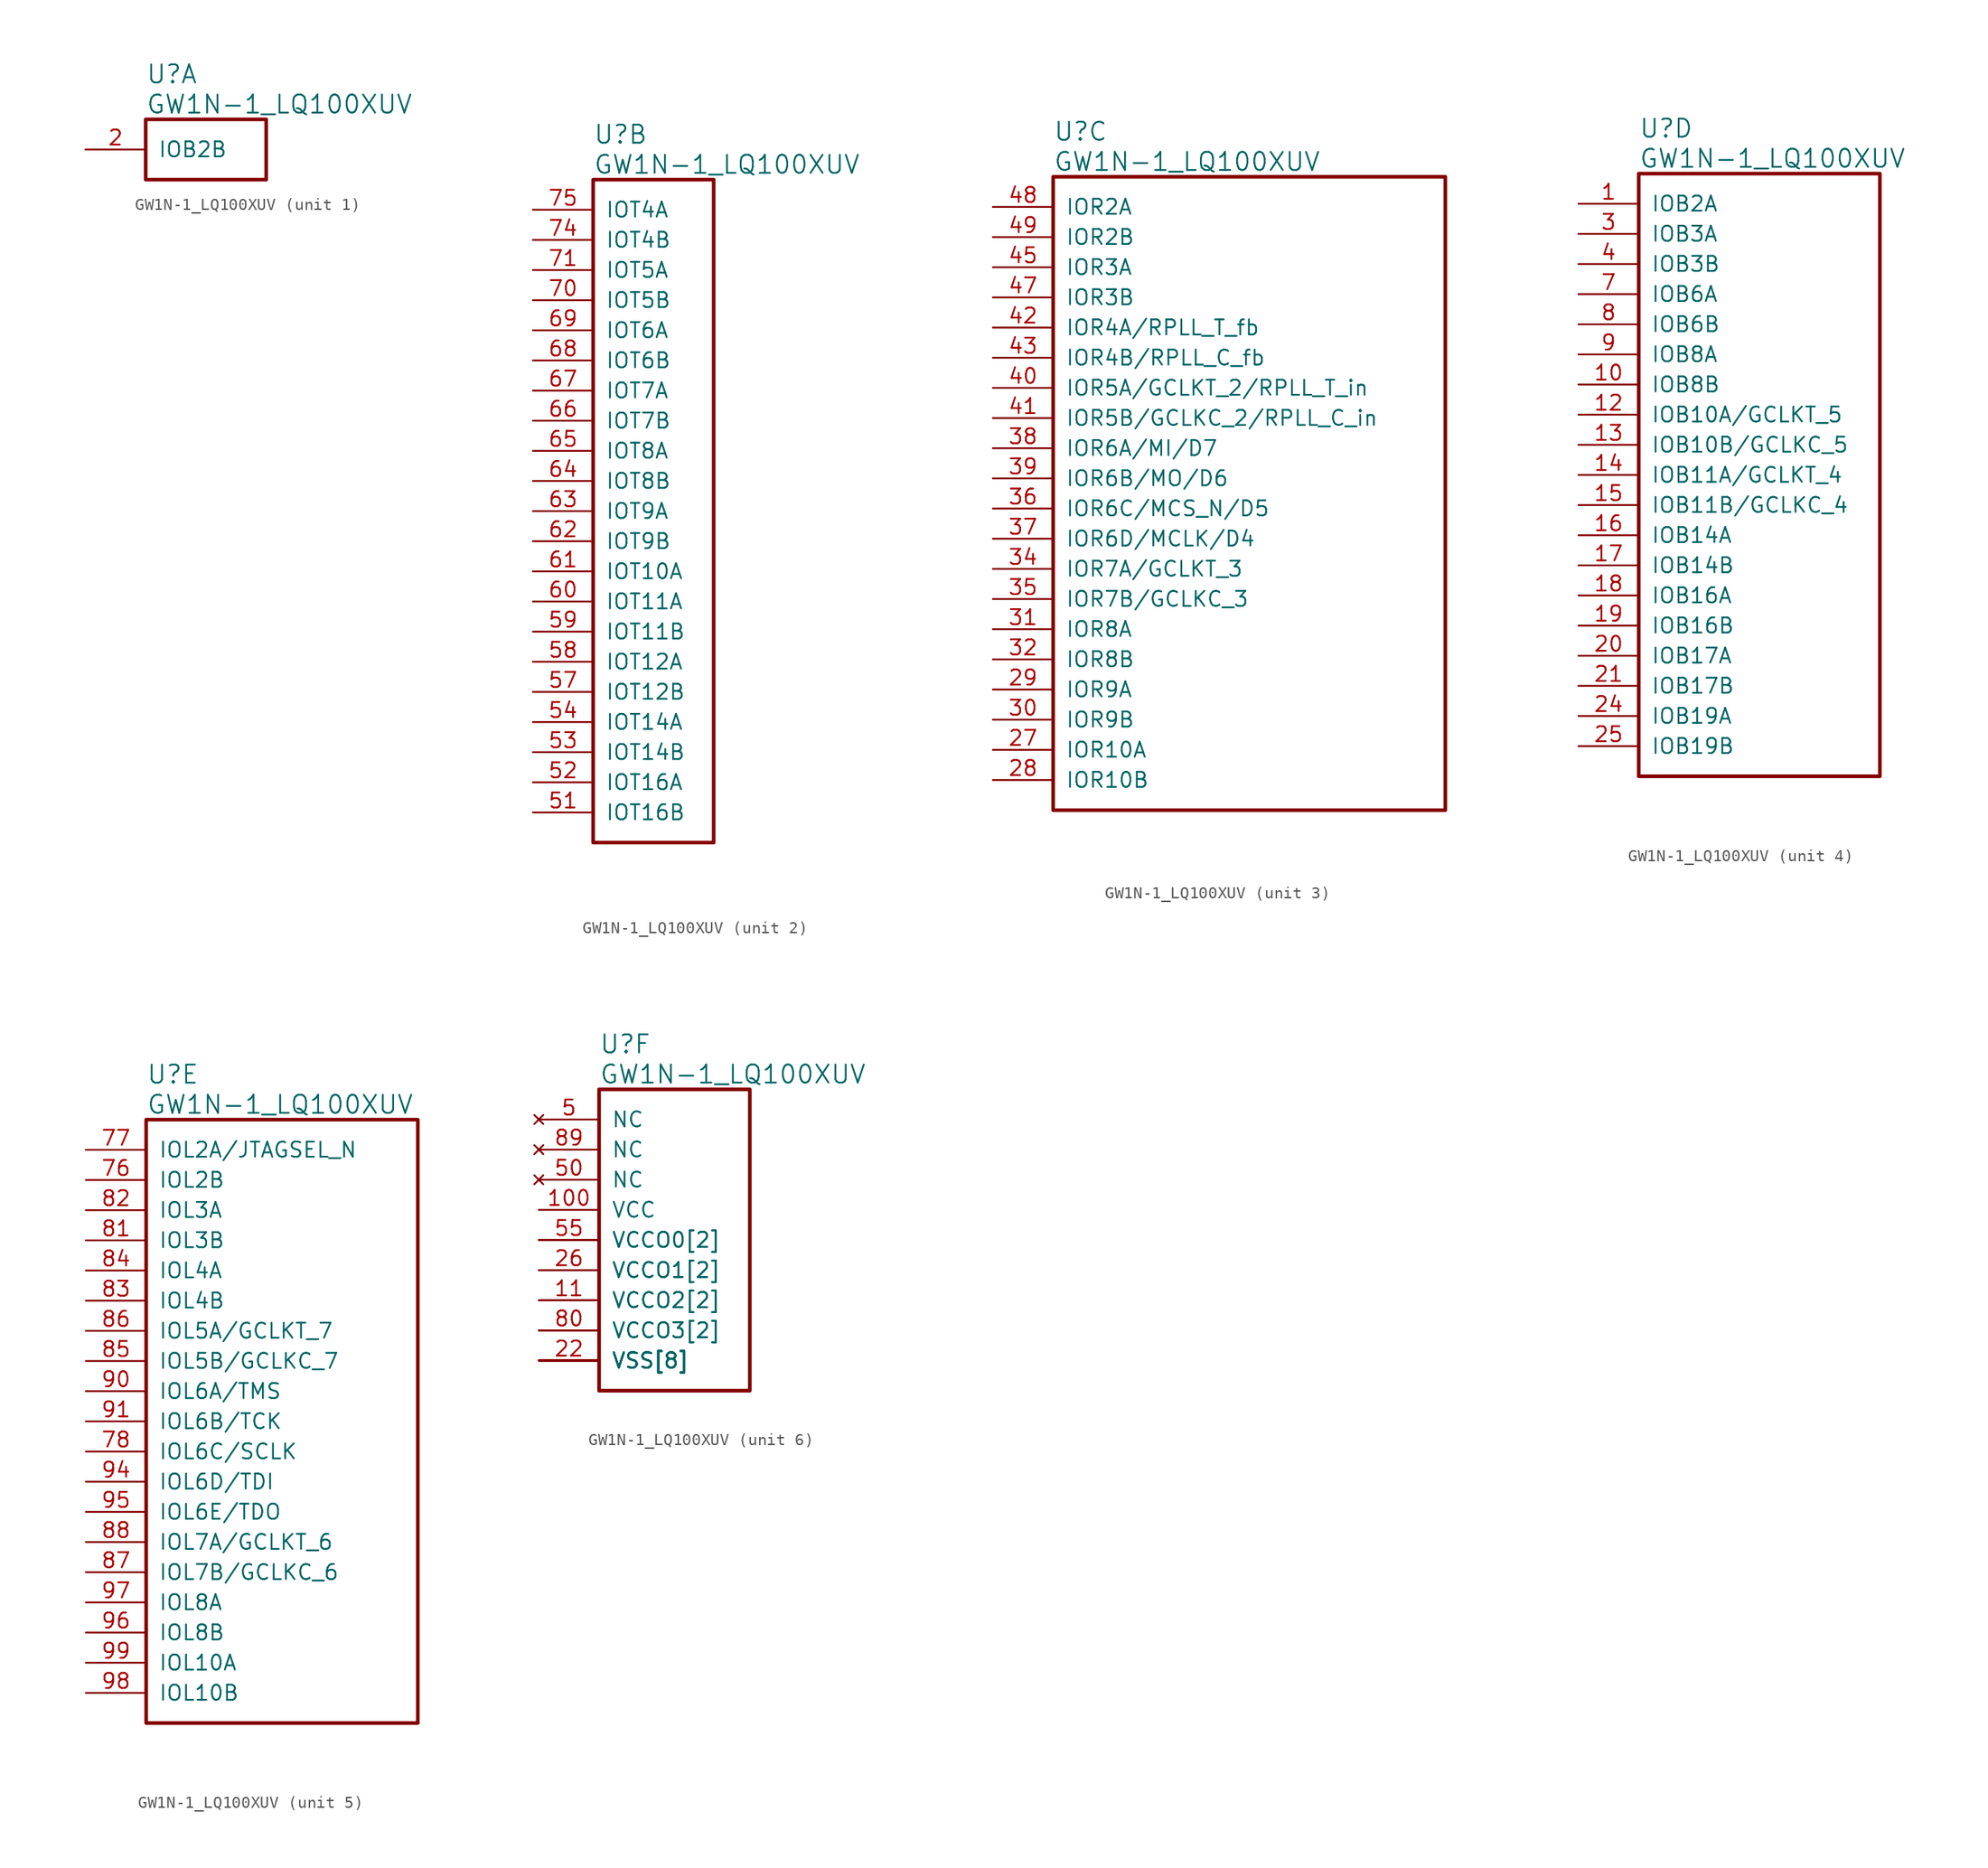
<source format=kicad_sym>
(kicad_symbol_lib
  (version 20241209)
  (generator "kicad_symbol_editor")
  (generator_version "9.0")
  (symbol "GW1N-1_LQ100XUV"
    (pin_names
      (offset 1.016))
    (property "Reference" "U"
      (at 5.08 6.35 0)
      (effects (font (size 1.524 1.524)) (justify left)))
    (property "Value" "GW1N-1_LQ100XUV"
      (at 5.08 3.81 0)
      (effects (font (size 1.524 1.524)) (justify left)))
    (property "ki_locked" ""
      (at 0 0 0)
      (effects (font (size 1.27 1.27))))
    (symbol "GW1N-1_LQ100XUV_1_1"
      (rectangle (start 5.08 2.54) (end 15.24 -2.54) (stroke (width 0.305) (type solid)) (fill (type none)))
      (pin bidirectional line (at 0 0 0) (length 5.08) (name "IOB2B" (effects (font (size 1.27 1.27)))) (number "2" (effects (font (size 1.27 1.27))))))
    (symbol "GW1N-1_LQ100XUV_2_1"
      (rectangle (start 5.08 2.54) (end 15.24 -53.34) (stroke (width 0.305) (type solid)) (fill (type none)))
      (pin bidirectional line (at 0 0 0) (length 5.08) (name "IOT4A" (effects (font (size 1.27 1.27)))) (number "75" (effects (font (size 1.27 1.27)))))
      (pin bidirectional line (at 0 -2.54 0) (length 5.08) (name "IOT4B" (effects (font (size 1.27 1.27)))) (number "74" (effects (font (size 1.27 1.27)))))
      (pin bidirectional line (at 0 -5.08 0) (length 5.08) (name "IOT5A" (effects (font (size 1.27 1.27)))) (number "71" (effects (font (size 1.27 1.27)))))
      (pin bidirectional line (at 0 -7.62 0) (length 5.08) (name "IOT5B" (effects (font (size 1.27 1.27)))) (number "70" (effects (font (size 1.27 1.27)))))
      (pin bidirectional line (at 0 -10.16 0) (length 5.08) (name "IOT6A" (effects (font (size 1.27 1.27)))) (number "69" (effects (font (size 1.27 1.27)))))
      (pin bidirectional line (at 0 -12.7 0) (length 5.08) (name "IOT6B" (effects (font (size 1.27 1.27)))) (number "68" (effects (font (size 1.27 1.27)))))
      (pin bidirectional line (at 0 -15.24 0) (length 5.08) (name "IOT7A" (effects (font (size 1.27 1.27)))) (number "67" (effects (font (size 1.27 1.27)))))
      (pin bidirectional line (at 0 -17.78 0) (length 5.08) (name "IOT7B" (effects (font (size 1.27 1.27)))) (number "66" (effects (font (size 1.27 1.27)))))
      (pin bidirectional line (at 0 -20.32 0) (length 5.08) (name "IOT8A" (effects (font (size 1.27 1.27)))) (number "65" (effects (font (size 1.27 1.27)))))
      (pin bidirectional line (at 0 -22.86 0) (length 5.08) (name "IOT8B" (effects (font (size 1.27 1.27)))) (number "64" (effects (font (size 1.27 1.27)))))
      (pin bidirectional line (at 0 -25.4 0) (length 5.08) (name "IOT9A" (effects (font (size 1.27 1.27)))) (number "63" (effects (font (size 1.27 1.27)))))
      (pin bidirectional line (at 0 -27.94 0) (length 5.08) (name "IOT9B" (effects (font (size 1.27 1.27)))) (number "62" (effects (font (size 1.27 1.27)))))
      (pin bidirectional line (at 0 -30.48 0) (length 5.08) (name "IOT10A" (effects (font (size 1.27 1.27)))) (number "61" (effects (font (size 1.27 1.27)))))
      (pin bidirectional line (at 0 -33.02 0) (length 5.08) (name "IOT11A" (effects (font (size 1.27 1.27)))) (number "60" (effects (font (size 1.27 1.27)))))
      (pin bidirectional line (at 0 -35.56 0) (length 5.08) (name "IOT11B" (effects (font (size 1.27 1.27)))) (number "59" (effects (font (size 1.27 1.27)))))
      (pin bidirectional line (at 0 -38.1 0) (length 5.08) (name "IOT12A" (effects (font (size 1.27 1.27)))) (number "58" (effects (font (size 1.27 1.27)))))
      (pin bidirectional line (at 0 -40.64 0) (length 5.08) (name "IOT12B" (effects (font (size 1.27 1.27)))) (number "57" (effects (font (size 1.27 1.27)))))
      (pin bidirectional line (at 0 -43.18 0) (length 5.08) (name "IOT14A" (effects (font (size 1.27 1.27)))) (number "54" (effects (font (size 1.27 1.27)))))
      (pin bidirectional line (at 0 -45.72 0) (length 5.08) (name "IOT14B" (effects (font (size 1.27 1.27)))) (number "53" (effects (font (size 1.27 1.27)))))
      (pin bidirectional line (at 0 -48.26 0) (length 5.08) (name "IOT16A" (effects (font (size 1.27 1.27)))) (number "52" (effects (font (size 1.27 1.27)))))
      (pin bidirectional line (at 0 -50.8 0) (length 5.08) (name "IOT16B" (effects (font (size 1.27 1.27)))) (number "51" (effects (font (size 1.27 1.27))))))
    (symbol "GW1N-1_LQ100XUV_3_1"
      (rectangle (start 5.08 2.54) (end 38.1 -50.8) (stroke (width 0.305) (type solid)) (fill (type none)))
      (pin bidirectional line (at 0 0 0) (length 5.08) (name "IOR2A" (effects (font (size 1.27 1.27)))) (number "48" (effects (font (size 1.27 1.27)))))
      (pin bidirectional line (at 0 -2.54 0) (length 5.08) (name "IOR2B" (effects (font (size 1.27 1.27)))) (number "49" (effects (font (size 1.27 1.27)))))
      (pin bidirectional line (at 0 -5.08 0) (length 5.08) (name "IOR3A" (effects (font (size 1.27 1.27)))) (number "45" (effects (font (size 1.27 1.27)))))
      (pin bidirectional line (at 0 -7.62 0) (length 5.08) (name "IOR3B" (effects (font (size 1.27 1.27)))) (number "47" (effects (font (size 1.27 1.27)))))
      (pin bidirectional line (at 0 -10.16 0) (length 5.08) (name "IOR4A/RPLL_T_fb" (effects (font (size 1.27 1.27)))) (number "42" (effects (font (size 1.27 1.27)))))
      (pin bidirectional line (at 0 -12.7 0) (length 5.08) (name "IOR4B/RPLL_C_fb" (effects (font (size 1.27 1.27)))) (number "43" (effects (font (size 1.27 1.27)))))
      (pin bidirectional line (at 0 -15.24 0) (length 5.08) (name "IOR5A/GCLKT_2/RPLL_T_in" (effects (font (size 1.27 1.27)))) (number "40" (effects (font (size 1.27 1.27)))))
      (pin bidirectional line (at 0 -17.78 0) (length 5.08) (name "IOR5B/GCLKC_2/RPLL_C_in" (effects (font (size 1.27 1.27)))) (number "41" (effects (font (size 1.27 1.27)))))
      (pin bidirectional line (at 0 -20.32 0) (length 5.08) (name "IOR6A/MI/D7" (effects (font (size 1.27 1.27)))) (number "38" (effects (font (size 1.27 1.27)))))
      (pin bidirectional line (at 0 -22.86 0) (length 5.08) (name "IOR6B/MO/D6" (effects (font (size 1.27 1.27)))) (number "39" (effects (font (size 1.27 1.27)))))
      (pin bidirectional line (at 0 -25.4 0) (length 5.08) (name "IOR6C/MCS_N/D5" (effects (font (size 1.27 1.27)))) (number "36" (effects (font (size 1.27 1.27)))))
      (pin bidirectional line (at 0 -27.94 0) (length 5.08) (name "IOR6D/MCLK/D4" (effects (font (size 1.27 1.27)))) (number "37" (effects (font (size 1.27 1.27)))))
      (pin bidirectional line (at 0 -30.48 0) (length 5.08) (name "IOR7A/GCLKT_3" (effects (font (size 1.27 1.27)))) (number "34" (effects (font (size 1.27 1.27)))))
      (pin bidirectional line (at 0 -33.02 0) (length 5.08) (name "IOR7B/GCLKC_3" (effects (font (size 1.27 1.27)))) (number "35" (effects (font (size 1.27 1.27)))))
      (pin bidirectional line (at 0 -35.56 0) (length 5.08) (name "IOR8A" (effects (font (size 1.27 1.27)))) (number "31" (effects (font (size 1.27 1.27)))))
      (pin bidirectional line (at 0 -38.1 0) (length 5.08) (name "IOR8B" (effects (font (size 1.27 1.27)))) (number "32" (effects (font (size 1.27 1.27)))))
      (pin bidirectional line (at 0 -40.64 0) (length 5.08) (name "IOR9A" (effects (font (size 1.27 1.27)))) (number "29" (effects (font (size 1.27 1.27)))))
      (pin bidirectional line (at 0 -43.18 0) (length 5.08) (name "IOR9B" (effects (font (size 1.27 1.27)))) (number "30" (effects (font (size 1.27 1.27)))))
      (pin bidirectional line (at 0 -45.72 0) (length 5.08) (name "IOR10A" (effects (font (size 1.27 1.27)))) (number "27" (effects (font (size 1.27 1.27)))))
      (pin bidirectional line (at 0 -48.26 0) (length 5.08) (name "IOR10B" (effects (font (size 1.27 1.27)))) (number "28" (effects (font (size 1.27 1.27))))))
    (symbol "GW1N-1_LQ100XUV_4_1"
      (rectangle (start 5.08 2.54) (end 25.4 -48.26) (stroke (width 0.305) (type solid)) (fill (type none)))
      (pin bidirectional line (at 0 0 0) (length 5.08) (name "IOB2A" (effects (font (size 1.27 1.27)))) (number "1" (effects (font (size 1.27 1.27)))))
      (pin bidirectional line (at 0 -2.54 0) (length 5.08) (name "IOB3A" (effects (font (size 1.27 1.27)))) (number "3" (effects (font (size 1.27 1.27)))))
      (pin bidirectional line (at 0 -5.08 0) (length 5.08) (name "IOB3B" (effects (font (size 1.27 1.27)))) (number "4" (effects (font (size 1.27 1.27)))))
      (pin bidirectional line (at 0 -7.62 0) (length 5.08) (name "IOB6A" (effects (font (size 1.27 1.27)))) (number "7" (effects (font (size 1.27 1.27)))))
      (pin bidirectional line (at 0 -10.16 0) (length 5.08) (name "IOB6B" (effects (font (size 1.27 1.27)))) (number "8" (effects (font (size 1.27 1.27)))))
      (pin bidirectional line (at 0 -12.7 0) (length 5.08) (name "IOB8A" (effects (font (size 1.27 1.27)))) (number "9" (effects (font (size 1.27 1.27)))))
      (pin bidirectional line (at 0 -15.24 0) (length 5.08) (name "IOB8B" (effects (font (size 1.27 1.27)))) (number "10" (effects (font (size 1.27 1.27)))))
      (pin bidirectional line (at 0 -17.78 0) (length 5.08) (name "IOB10A/GCLKT_5" (effects (font (size 1.27 1.27)))) (number "12" (effects (font (size 1.27 1.27)))))
      (pin bidirectional line (at 0 -20.32 0) (length 5.08) (name "IOB10B/GCLKC_5" (effects (font (size 1.27 1.27)))) (number "13" (effects (font (size 1.27 1.27)))))
      (pin bidirectional line (at 0 -22.86 0) (length 5.08) (name "IOB11A/GCLKT_4" (effects (font (size 1.27 1.27)))) (number "14" (effects (font (size 1.27 1.27)))))
      (pin bidirectional line (at 0 -25.4 0) (length 5.08) (name "IOB11B/GCLKC_4" (effects (font (size 1.27 1.27)))) (number "15" (effects (font (size 1.27 1.27)))))
      (pin bidirectional line (at 0 -27.94 0) (length 5.08) (name "IOB14A" (effects (font (size 1.27 1.27)))) (number "16" (effects (font (size 1.27 1.27)))))
      (pin bidirectional line (at 0 -30.48 0) (length 5.08) (name "IOB14B" (effects (font (size 1.27 1.27)))) (number "17" (effects (font (size 1.27 1.27)))))
      (pin bidirectional line (at 0 -33.02 0) (length 5.08) (name "IOB16A" (effects (font (size 1.27 1.27)))) (number "18" (effects (font (size 1.27 1.27)))))
      (pin bidirectional line (at 0 -35.56 0) (length 5.08) (name "IOB16B" (effects (font (size 1.27 1.27)))) (number "19" (effects (font (size 1.27 1.27)))))
      (pin bidirectional line (at 0 -38.1 0) (length 5.08) (name "IOB17A" (effects (font (size 1.27 1.27)))) (number "20" (effects (font (size 1.27 1.27)))))
      (pin bidirectional line (at 0 -40.64 0) (length 5.08) (name "IOB17B" (effects (font (size 1.27 1.27)))) (number "21" (effects (font (size 1.27 1.27)))))
      (pin bidirectional line (at 0 -43.18 0) (length 5.08) (name "IOB19A" (effects (font (size 1.27 1.27)))) (number "24" (effects (font (size 1.27 1.27)))))
      (pin bidirectional line (at 0 -45.72 0) (length 5.08) (name "IOB19B" (effects (font (size 1.27 1.27)))) (number "25" (effects (font (size 1.27 1.27))))))
    (symbol "GW1N-1_LQ100XUV_5_1"
      (rectangle (start 5.08 2.54) (end 27.94 -48.26) (stroke (width 0.305) (type solid)) (fill (type none)))
      (pin bidirectional line (at 0 0 0) (length 5.08) (name "IOL2A/JTAGSEL_N" (effects (font (size 1.27 1.27)))) (number "77" (effects (font (size 1.27 1.27)))))
      (pin bidirectional line (at 0 -2.54 0) (length 5.08) (name "IOL2B" (effects (font (size 1.27 1.27)))) (number "76" (effects (font (size 1.27 1.27)))))
      (pin bidirectional line (at 0 -5.08 0) (length 5.08) (name "IOL3A" (effects (font (size 1.27 1.27)))) (number "82" (effects (font (size 1.27 1.27)))))
      (pin bidirectional line (at 0 -7.62 0) (length 5.08) (name "IOL3B" (effects (font (size 1.27 1.27)))) (number "81" (effects (font (size 1.27 1.27)))))
      (pin bidirectional line (at 0 -10.16 0) (length 5.08) (name "IOL4A" (effects (font (size 1.27 1.27)))) (number "84" (effects (font (size 1.27 1.27)))))
      (pin bidirectional line (at 0 -12.7 0) (length 5.08) (name "IOL4B" (effects (font (size 1.27 1.27)))) (number "83" (effects (font (size 1.27 1.27)))))
      (pin bidirectional line (at 0 -15.24 0) (length 5.08) (name "IOL5A/GCLKT_7" (effects (font (size 1.27 1.27)))) (number "86" (effects (font (size 1.27 1.27)))))
      (pin bidirectional line (at 0 -17.78 0) (length 5.08) (name "IOL5B/GCLKC_7" (effects (font (size 1.27 1.27)))) (number "85" (effects (font (size 1.27 1.27)))))
      (pin bidirectional line (at 0 -20.32 0) (length 5.08) (name "IOL6A/TMS" (effects (font (size 1.27 1.27)))) (number "90" (effects (font (size 1.27 1.27)))))
      (pin bidirectional line (at 0 -22.86 0) (length 5.08) (name "IOL6B/TCK" (effects (font (size 1.27 1.27)))) (number "91" (effects (font (size 1.27 1.27)))))
      (pin bidirectional line (at 0 -25.4 0) (length 5.08) (name "IOL6C/SCLK" (effects (font (size 1.27 1.27)))) (number "78" (effects (font (size 1.27 1.27)))))
      (pin bidirectional line (at 0 -27.94 0) (length 5.08) (name "IOL6D/TDI" (effects (font (size 1.27 1.27)))) (number "94" (effects (font (size 1.27 1.27)))))
      (pin bidirectional line (at 0 -30.48 0) (length 5.08) (name "IOL6E/TDO" (effects (font (size 1.27 1.27)))) (number "95" (effects (font (size 1.27 1.27)))))
      (pin bidirectional line (at 0 -33.02 0) (length 5.08) (name "IOL7A/GCLKT_6" (effects (font (size 1.27 1.27)))) (number "88" (effects (font (size 1.27 1.27)))))
      (pin bidirectional line (at 0 -35.56 0) (length 5.08) (name "IOL7B/GCLKC_6" (effects (font (size 1.27 1.27)))) (number "87" (effects (font (size 1.27 1.27)))))
      (pin bidirectional line (at 0 -38.1 0) (length 5.08) (name "IOL8A" (effects (font (size 1.27 1.27)))) (number "97" (effects (font (size 1.27 1.27)))))
      (pin bidirectional line (at 0 -40.64 0) (length 5.08) (name "IOL8B" (effects (font (size 1.27 1.27)))) (number "96" (effects (font (size 1.27 1.27)))))
      (pin bidirectional line (at 0 -43.18 0) (length 5.08) (name "IOL10A" (effects (font (size 1.27 1.27)))) (number "99" (effects (font (size 1.27 1.27)))))
      (pin bidirectional line (at 0 -45.72 0) (length 5.08) (name "IOL10B" (effects (font (size 1.27 1.27)))) (number "98" (effects (font (size 1.27 1.27))))))
    (symbol "GW1N-1_LQ100XUV_6_1"
      (rectangle (start 5.08 2.54) (end 17.78 -22.86) (stroke (width 0.305) (type solid)) (fill (type none)))
      (pin no_connect line (at 0 0 0) (length 5.08) (name "NC" (effects (font (size 1.27 1.27)))) (number "5" (effects (font (size 1.27 1.27)))))
      (pin no_connect line (at 0 -2.54 0) (length 5.08) (name "NC" (effects (font (size 1.27 1.27)))) (number "89" (effects (font (size 1.27 1.27)))))
      (pin no_connect line (at 0 -5.08 0) (length 5.08) (name "NC" (effects (font (size 1.27 1.27)))) (number "50" (effects (font (size 1.27 1.27)))))
      (pin power_in line (at 0 -7.62 0) (length 5.08) (name "VCC" (effects (font (size 1.27 1.27)))) (number "100" (effects (font (size 1.27 1.27)))))
      (pin power_in line (at 0 -10.16 0) (length 5.08) (name "VCCO0[2]" (effects (font (size 1.27 1.27)))) (number "55" (effects (font (size 1.27 1.27)))))
      (pin power_in line (at 0 -10.16 0) (length 5.08) (name "VCCO0[2]" (effects (font (size 1.27 1.27)))) (number "73" (effects (font (size 0 0)))))
      (pin power_in line (at 0 -12.7 0) (length 5.08) (name "VCCO1[2]" (effects (font (size 1.27 1.27)))) (number "26" (effects (font (size 1.27 1.27)))))
      (pin power_in line (at 0 -12.7 0) (length 5.08) (name "VCCO1[2]" (effects (font (size 1.27 1.27)))) (number "46" (effects (font (size 0 0)))))
      (pin power_in line (at 0 -15.24 0) (length 5.08) (name "VCCO2[2]" (effects (font (size 1.27 1.27)))) (number "11" (effects (font (size 1.27 1.27)))))
      (pin power_in line (at 0 -15.24 0) (length 5.08) (name "VCCO2[2]" (effects (font (size 1.27 1.27)))) (number "23" (effects (font (size 0 0)))))
      (pin power_in line (at 0 -17.78 0) (length 5.08) (name "VCCO3[2]" (effects (font (size 1.27 1.27)))) (number "80" (effects (font (size 1.27 1.27)))))
      (pin power_in line (at 0 -17.78 0) (length 5.08) (name "VCCO3[2]" (effects (font (size 1.27 1.27)))) (number "93" (effects (font (size 0 0)))))
      (pin power_in line (at 0 -20.32 0) (length 5.08) (name "VSS[8]" (effects (font (size 1.27 1.27)))) (number "22" (effects (font (size 1.27 1.27)))))
      (pin power_in line (at 0 -20.32 0) (length 5.08) (name "VSS[8]" (effects (font (size 1.27 1.27)))) (number "33" (effects (font (size 0 0)))))
      (pin power_in line (at 0 -20.32 0) (length 5.08) (name "VSS[8]" (effects (font (size 1.27 1.27)))) (number "44" (effects (font (size 0 0)))))
      (pin power_in line (at 0 -20.32 0) (length 5.08) (name "VSS[8]" (effects (font (size 1.27 1.27)))) (number "56" (effects (font (size 0 0)))))
      (pin power_in line (at 0 -20.32 0) (length 5.08) (name "VSS[8]" (effects (font (size 1.27 1.27)))) (number "6" (effects (font (size 0 0)))))
      (pin power_in line (at 0 -20.32 0) (length 5.08) (name "VSS[8]" (effects (font (size 1.27 1.27)))) (number "72" (effects (font (size 0 0)))))
      (pin power_in line (at 0 -20.32 0) (length 5.08) (name "VSS[8]" (effects (font (size 1.27 1.27)))) (number "79" (effects (font (size 0 0)))))
      (pin power_in line (at 0 -20.32 0) (length 5.08) (name "VSS[8]" (effects (font (size 1.27 1.27)))) (number "92" (effects (font (size 0 0))))))))
</source>
